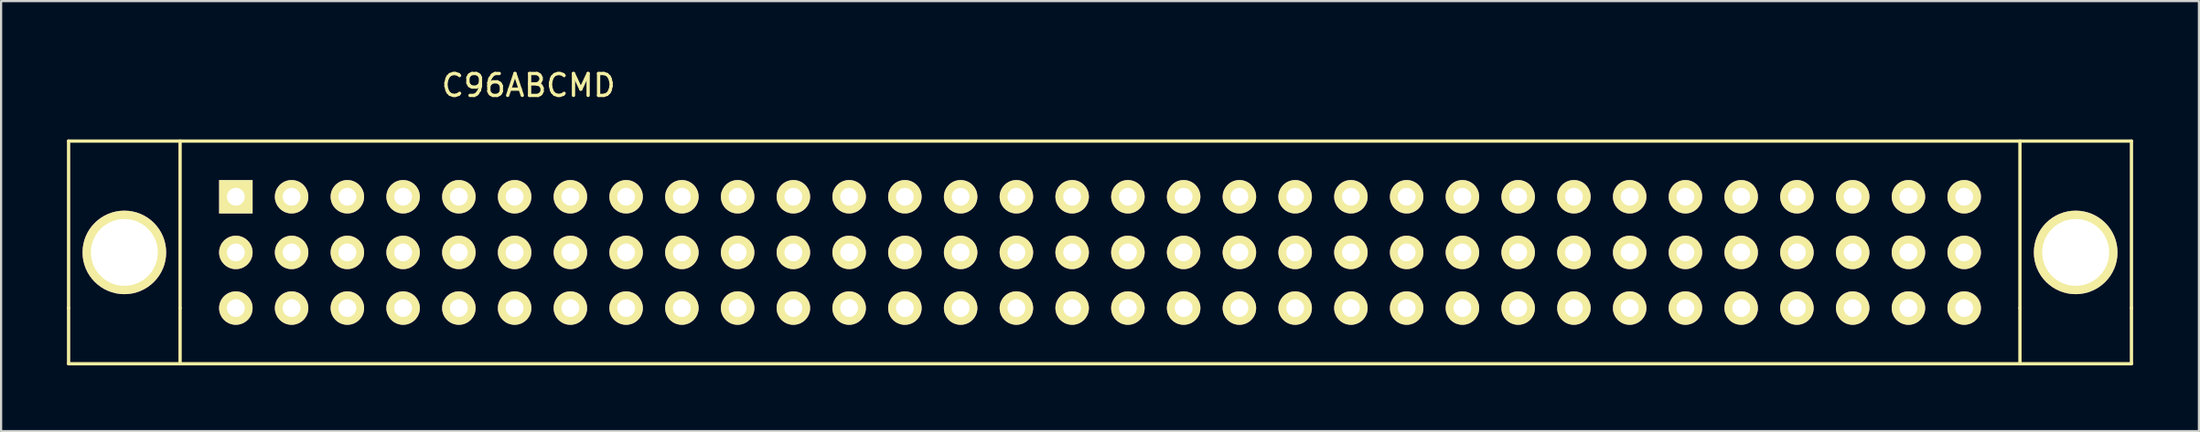
<source format=kicad_pcb>
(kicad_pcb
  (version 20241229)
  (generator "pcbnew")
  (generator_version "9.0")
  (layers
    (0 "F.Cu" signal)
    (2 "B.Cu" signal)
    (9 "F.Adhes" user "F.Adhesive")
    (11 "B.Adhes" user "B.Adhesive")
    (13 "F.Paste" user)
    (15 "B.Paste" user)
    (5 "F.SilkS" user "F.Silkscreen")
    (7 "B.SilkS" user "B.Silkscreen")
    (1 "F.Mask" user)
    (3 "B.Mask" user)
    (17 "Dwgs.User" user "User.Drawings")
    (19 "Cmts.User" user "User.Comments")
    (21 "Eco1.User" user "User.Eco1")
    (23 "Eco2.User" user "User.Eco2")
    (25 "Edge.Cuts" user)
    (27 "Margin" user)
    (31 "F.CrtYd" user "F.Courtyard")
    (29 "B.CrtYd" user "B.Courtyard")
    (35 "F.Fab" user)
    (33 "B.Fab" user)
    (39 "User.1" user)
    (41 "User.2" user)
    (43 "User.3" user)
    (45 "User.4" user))
  (footprint "C96ABCMD"
    (layer "F.Cu")
    (at 47.065 8.468)
    (property "Reference" "C96ABCMD" (at -26.035 -7.62 0) (layer "F.SilkS") (effects (font (size 1 1) (thickness 0.15))))
    (attr through_hole)
    (fp_line (start -46.99 -5.08) (end 46.99 -5.08) (stroke (width 0.15) (type solid)) (layer "F.SilkS"))
    (fp_line (start -46.99 2.54) (end -46.99 -5.08) (stroke (width 0.15) (type solid)) (layer "F.SilkS"))
    (fp_line (start -46.99 2.54) (end -46.99 5.08) (stroke (width 0.15) (type solid)) (layer "F.SilkS"))
    (fp_line (start -46.99 5.08) (end 46.99 5.08) (stroke (width 0.15) (type solid)) (layer "F.SilkS"))
    (fp_line (start -41.91 2.54) (end -41.91 -5.08) (stroke (width 0.15) (type solid)) (layer "F.SilkS"))
    (fp_line (start -41.91 2.54) (end -41.91 5.08) (stroke (width 0.15) (type solid)) (layer "F.SilkS"))
    (fp_line (start 41.91 2.54) (end 41.91 -5.08) (stroke (width 0.15) (type solid)) (layer "F.SilkS"))
    (fp_line (start 41.91 5.08) (end 41.91 2.54) (stroke (width 0.15) (type solid)) (layer "F.SilkS"))
    (fp_line (start 46.99 -5.08) (end 46.99 2.54) (stroke (width 0.15) (type solid)) (layer "F.SilkS"))
    (fp_line (start 46.99 5.08) (end 46.99 2.54) (stroke (width 0.15) (type solid)) (layer "F.SilkS"))
    (pad "65" thru_hole circle (at -44.45 0) (size 3.81 3.81) (drill 3.048) (layers "*.Cu" "*.Mask" "F.SilkS"))
    (pad "66" thru_hole circle (at 44.45 0) (size 3.81 3.81) (drill 3.048) (layers "*.Cu" "*.Mask" "F.SilkS"))
    (pad "A1" thru_hole rect (at -39.37 -2.54) (size 1.524 1.524) (drill 0.813) (layers "*.Cu" "*.Mask" "F.SilkS"))
    (pad "A2" thru_hole circle (at -36.83 -2.54) (size 1.524 1.524) (drill 0.813) (layers "*.Cu" "*.Mask" "F.SilkS"))
    (pad "A3" thru_hole circle (at -34.29 -2.54) (size 1.524 1.524) (drill 0.813) (layers "*.Cu" "*.Mask" "F.SilkS"))
    (pad "A4" thru_hole circle (at -31.75 -2.54) (size 1.524 1.524) (drill 0.813) (layers "*.Cu" "*.Mask" "F.SilkS"))
    (pad "A5" thru_hole circle (at -29.21 -2.54) (size 1.524 1.524) (drill 0.813) (layers "*.Cu" "*.Mask" "F.SilkS"))
    (pad "A6" thru_hole circle (at -26.67 -2.54) (size 1.524 1.524) (drill 0.813) (layers "*.Cu" "*.Mask" "F.SilkS"))
    (pad "A7" thru_hole circle (at -24.13 -2.54) (size 1.524 1.524) (drill 0.813) (layers "*.Cu" "*.Mask" "F.SilkS"))
    (pad "A8" thru_hole circle (at -21.59 -2.54) (size 1.524 1.524) (drill 0.813) (layers "*.Cu" "*.Mask" "F.SilkS"))
    (pad "A9" thru_hole circle (at -19.05 -2.54) (size 1.524 1.524) (drill 0.813) (layers "*.Cu" "*.Mask" "F.SilkS"))
    (pad "A10" thru_hole circle (at -16.51 -2.54) (size 1.524 1.524) (drill 0.813) (layers "*.Cu" "*.Mask" "F.SilkS"))
    (pad "A11" thru_hole circle (at -13.97 -2.54) (size 1.524 1.524) (drill 0.813) (layers "*.Cu" "*.Mask" "F.SilkS"))
    (pad "A12" thru_hole circle (at -11.43 -2.54) (size 1.524 1.524) (drill 0.813) (layers "*.Cu" "*.Mask" "F.SilkS"))
    (pad "A13" thru_hole circle (at -8.89 -2.54) (size 1.524 1.524) (drill 0.813) (layers "*.Cu" "*.Mask" "F.SilkS"))
    (pad "A14" thru_hole circle (at -6.35 -2.54) (size 1.524 1.524) (drill 0.813) (layers "*.Cu" "*.Mask" "F.SilkS"))
    (pad "A15" thru_hole circle (at -3.81 -2.54) (size 1.524 1.524) (drill 0.813) (layers "*.Cu" "*.Mask" "F.SilkS"))
    (pad "A16" thru_hole circle (at -1.27 -2.54) (size 1.524 1.524) (drill 0.813) (layers "*.Cu" "*.Mask" "F.SilkS"))
    (pad "A17" thru_hole circle (at 1.27 -2.54) (size 1.524 1.524) (drill 0.813) (layers "*.Cu" "*.Mask" "F.SilkS"))
    (pad "A18" thru_hole circle (at 3.81 -2.54) (size 1.524 1.524) (drill 0.813) (layers "*.Cu" "*.Mask" "F.SilkS"))
    (pad "A19" thru_hole circle (at 6.35 -2.54) (size 1.524 1.524) (drill 0.813) (layers "*.Cu" "*.Mask" "F.SilkS"))
    (pad "A20" thru_hole circle (at 8.89 -2.54) (size 1.524 1.524) (drill 0.813) (layers "*.Cu" "*.Mask" "F.SilkS"))
    (pad "A21" thru_hole circle (at 11.43 -2.54) (size 1.524 1.524) (drill 0.813) (layers "*.Cu" "*.Mask" "F.SilkS"))
    (pad "A22" thru_hole circle (at 13.97 -2.54) (size 1.524 1.524) (drill 0.813) (layers "*.Cu" "*.Mask" "F.SilkS"))
    (pad "A23" thru_hole circle (at 16.51 -2.54) (size 1.524 1.524) (drill 0.813) (layers "*.Cu" "*.Mask" "F.SilkS"))
    (pad "A24" thru_hole circle (at 19.05 -2.54) (size 1.524 1.524) (drill 0.813) (layers "*.Cu" "*.Mask" "F.SilkS"))
    (pad "A25" thru_hole circle (at 21.59 -2.54) (size 1.524 1.524) (drill 0.813) (layers "*.Cu" "*.Mask" "F.SilkS"))
    (pad "A26" thru_hole circle (at 24.13 -2.54) (size 1.524 1.524) (drill 0.813) (layers "*.Cu" "*.Mask" "F.SilkS"))
    (pad "A27" thru_hole circle (at 26.67 -2.54) (size 1.524 1.524) (drill 0.813) (layers "*.Cu" "*.Mask" "F.SilkS"))
    (pad "A28" thru_hole circle (at 29.21 -2.54) (size 1.524 1.524) (drill 0.813) (layers "*.Cu" "*.Mask" "F.SilkS"))
    (pad "A29" thru_hole circle (at 31.75 -2.54) (size 1.524 1.524) (drill 0.813) (layers "*.Cu" "*.Mask" "F.SilkS"))
    (pad "A30" thru_hole circle (at 34.29 -2.54) (size 1.524 1.524) (drill 0.813) (layers "*.Cu" "*.Mask" "F.SilkS"))
    (pad "A31" thru_hole circle (at 36.83 -2.54) (size 1.524 1.524) (drill 0.813) (layers "*.Cu" "*.Mask" "F.SilkS"))
    (pad "A32" thru_hole circle (at 39.37 -2.54) (size 1.524 1.524) (drill 0.813) (layers "*.Cu" "*.Mask" "F.SilkS"))
    (pad "B1" thru_hole circle (at -39.37 0) (size 1.524 1.524) (drill 0.813) (layers "*.Cu" "*.Mask" "F.SilkS"))
    (pad "B2" thru_hole circle (at -36.83 0) (size 1.524 1.524) (drill 0.813) (layers "*.Cu" "*.Mask" "F.SilkS"))
    (pad "B3" thru_hole circle (at -34.29 0) (size 1.524 1.524) (drill 0.813) (layers "*.Cu" "*.Mask" "F.SilkS"))
    (pad "B4" thru_hole circle (at -31.75 0) (size 1.524 1.524) (drill 0.813) (layers "*.Cu" "*.Mask" "F.SilkS"))
    (pad "B5" thru_hole circle (at -29.21 0) (size 1.524 1.524) (drill 0.813) (layers "*.Cu" "*.Mask" "F.SilkS"))
    (pad "B6" thru_hole circle (at -26.67 0) (size 1.524 1.524) (drill 0.813) (layers "*.Cu" "*.Mask" "F.SilkS"))
    (pad "B7" thru_hole circle (at -24.13 0) (size 1.524 1.524) (drill 0.813) (layers "*.Cu" "*.Mask" "F.SilkS"))
    (pad "B8" thru_hole circle (at -21.59 0) (size 1.524 1.524) (drill 0.813) (layers "*.Cu" "*.Mask" "F.SilkS"))
    (pad "B9" thru_hole circle (at -19.05 0) (size 1.524 1.524) (drill 0.813) (layers "*.Cu" "*.Mask" "F.SilkS"))
    (pad "B10" thru_hole circle (at -16.51 0) (size 1.524 1.524) (drill 0.813) (layers "*.Cu" "*.Mask" "F.SilkS"))
    (pad "B11" thru_hole circle (at -13.97 0) (size 1.524 1.524) (drill 0.813) (layers "*.Cu" "*.Mask" "F.SilkS"))
    (pad "B12" thru_hole circle (at -11.43 0) (size 1.524 1.524) (drill 0.813) (layers "*.Cu" "*.Mask" "F.SilkS"))
    (pad "B13" thru_hole circle (at -8.89 0) (size 1.524 1.524) (drill 0.813) (layers "*.Cu" "*.Mask" "F.SilkS"))
    (pad "B14" thru_hole circle (at -6.35 0) (size 1.524 1.524) (drill 0.813) (layers "*.Cu" "*.Mask" "F.SilkS"))
    (pad "B15" thru_hole circle (at -3.81 0) (size 1.524 1.524) (drill 0.813) (layers "*.Cu" "*.Mask" "F.SilkS"))
    (pad "B16" thru_hole circle (at -1.27 0) (size 1.524 1.524) (drill 0.813) (layers "*.Cu" "*.Mask" "F.SilkS"))
    (pad "B17" thru_hole circle (at 1.27 0) (size 1.524 1.524) (drill 0.813) (layers "*.Cu" "*.Mask" "F.SilkS"))
    (pad "B18" thru_hole circle (at 3.81 0) (size 1.524 1.524) (drill 0.813) (layers "*.Cu" "*.Mask" "F.SilkS"))
    (pad "B19" thru_hole circle (at 6.35 0) (size 1.524 1.524) (drill 0.813) (layers "*.Cu" "*.Mask" "F.SilkS"))
    (pad "B20" thru_hole circle (at 8.89 0) (size 1.524 1.524) (drill 0.813) (layers "*.Cu" "*.Mask" "F.SilkS"))
    (pad "B21" thru_hole circle (at 11.43 0) (size 1.524 1.524) (drill 0.813) (layers "*.Cu" "*.Mask" "F.SilkS"))
    (pad "B22" thru_hole circle (at 13.97 0) (size 1.524 1.524) (drill 0.813) (layers "*.Cu" "*.Mask" "F.SilkS"))
    (pad "B23" thru_hole circle (at 16.51 0) (size 1.524 1.524) (drill 0.813) (layers "*.Cu" "*.Mask" "F.SilkS"))
    (pad "B24" thru_hole circle (at 19.05 0) (size 1.524 1.524) (drill 0.813) (layers "*.Cu" "*.Mask" "F.SilkS"))
    (pad "B25" thru_hole circle (at 21.59 0) (size 1.524 1.524) (drill 0.813) (layers "*.Cu" "*.Mask" "F.SilkS"))
    (pad "B26" thru_hole circle (at 24.13 0) (size 1.524 1.524) (drill 0.813) (layers "*.Cu" "*.Mask" "F.SilkS"))
    (pad "B27" thru_hole circle (at 26.67 0) (size 1.524 1.524) (drill 0.813) (layers "*.Cu" "*.Mask" "F.SilkS"))
    (pad "B28" thru_hole circle (at 29.21 0) (size 1.524 1.524) (drill 0.813) (layers "*.Cu" "*.Mask" "F.SilkS"))
    (pad "B29" thru_hole circle (at 31.75 0) (size 1.524 1.524) (drill 0.813) (layers "*.Cu" "*.Mask" "F.SilkS"))
    (pad "B30" thru_hole circle (at 34.29 0) (size 1.524 1.524) (drill 0.813) (layers "*.Cu" "*.Mask" "F.SilkS"))
    (pad "B31" thru_hole circle (at 36.83 0) (size 1.524 1.524) (drill 0.813) (layers "*.Cu" "*.Mask" "F.SilkS"))
    (pad "B32" thru_hole circle (at 39.37 0) (size 1.524 1.524) (drill 0.813) (layers "*.Cu" "*.Mask" "F.SilkS"))
    (pad "C1" thru_hole circle (at -39.37 2.54) (size 1.524 1.524) (drill 0.813) (layers "*.Cu" "*.Mask" "F.SilkS"))
    (pad "C2" thru_hole circle (at -36.83 2.54) (size 1.524 1.524) (drill 0.813) (layers "*.Cu" "*.Mask" "F.SilkS"))
    (pad "C3" thru_hole circle (at -34.29 2.54) (size 1.524 1.524) (drill 0.813) (layers "*.Cu" "*.Mask" "F.SilkS"))
    (pad "C4" thru_hole circle (at -31.75 2.54) (size 1.524 1.524) (drill 0.813) (layers "*.Cu" "*.Mask" "F.SilkS"))
    (pad "C5" thru_hole circle (at -29.21 2.54) (size 1.524 1.524) (drill 0.813) (layers "*.Cu" "*.Mask" "F.SilkS"))
    (pad "C6" thru_hole circle (at -26.67 2.54) (size 1.524 1.524) (drill 0.813) (layers "*.Cu" "*.Mask" "F.SilkS"))
    (pad "C7" thru_hole circle (at -24.13 2.54) (size 1.524 1.524) (drill 0.813) (layers "*.Cu" "*.Mask" "F.SilkS"))
    (pad "C8" thru_hole circle (at -21.59 2.54) (size 1.524 1.524) (drill 0.813) (layers "*.Cu" "*.Mask" "F.SilkS"))
    (pad "C9" thru_hole circle (at -19.05 2.54) (size 1.524 1.524) (drill 0.813) (layers "*.Cu" "*.Mask" "F.SilkS"))
    (pad "C10" thru_hole circle (at -16.51 2.54) (size 1.524 1.524) (drill 0.813) (layers "*.Cu" "*.Mask" "F.SilkS"))
    (pad "C11" thru_hole circle (at -13.97 2.54) (size 1.524 1.524) (drill 0.813) (layers "*.Cu" "*.Mask" "F.SilkS"))
    (pad "C12" thru_hole circle (at -11.43 2.54) (size 1.524 1.524) (drill 0.813) (layers "*.Cu" "*.Mask" "F.SilkS"))
    (pad "C13" thru_hole circle (at -8.89 2.54) (size 1.524 1.524) (drill 0.813) (layers "*.Cu" "*.Mask" "F.SilkS"))
    (pad "C14" thru_hole circle (at -6.35 2.54) (size 1.524 1.524) (drill 0.813) (layers "*.Cu" "*.Mask" "F.SilkS"))
    (pad "C15" thru_hole circle (at -3.81 2.54) (size 1.524 1.524) (drill 0.813) (layers "*.Cu" "*.Mask" "F.SilkS"))
    (pad "C16" thru_hole circle (at -1.27 2.54) (size 1.524 1.524) (drill 0.813) (layers "*.Cu" "*.Mask" "F.SilkS"))
    (pad "C17" thru_hole circle (at 1.27 2.54) (size 1.524 1.524) (drill 0.813) (layers "*.Cu" "*.Mask" "F.SilkS"))
    (pad "C18" thru_hole circle (at 3.81 2.54) (size 1.524 1.524) (drill 0.813) (layers "*.Cu" "*.Mask" "F.SilkS"))
    (pad "C19" thru_hole circle (at 6.35 2.54) (size 1.524 1.524) (drill 0.813) (layers "*.Cu" "*.Mask" "F.SilkS"))
    (pad "C20" thru_hole circle (at 8.89 2.54) (size 1.524 1.524) (drill 0.813) (layers "*.Cu" "*.Mask" "F.SilkS"))
    (pad "C21" thru_hole circle (at 11.43 2.54) (size 1.524 1.524) (drill 0.813) (layers "*.Cu" "*.Mask" "F.SilkS"))
    (pad "C22" thru_hole circle (at 13.97 2.54) (size 1.524 1.524) (drill 0.813) (layers "*.Cu" "*.Mask" "F.SilkS"))
    (pad "C23" thru_hole circle (at 16.51 2.54) (size 1.524 1.524) (drill 0.813) (layers "*.Cu" "*.Mask" "F.SilkS"))
    (pad "C24" thru_hole circle (at 19.05 2.54) (size 1.524 1.524) (drill 0.813) (layers "*.Cu" "*.Mask" "F.SilkS"))
    (pad "C25" thru_hole circle (at 21.59 2.54) (size 1.524 1.524) (drill 0.813) (layers "*.Cu" "*.Mask" "F.SilkS"))
    (pad "C26" thru_hole circle (at 24.13 2.54) (size 1.524 1.524) (drill 0.813) (layers "*.Cu" "*.Mask" "F.SilkS"))
    (pad "C27" thru_hole circle (at 26.67 2.54) (size 1.524 1.524) (drill 0.813) (layers "*.Cu" "*.Mask" "F.SilkS"))
    (pad "C28" thru_hole circle (at 29.21 2.54) (size 1.524 1.524) (drill 0.813) (layers "*.Cu" "*.Mask" "F.SilkS"))
    (pad "C29" thru_hole circle (at 31.75 2.54) (size 1.524 1.524) (drill 0.813) (layers "*.Cu" "*.Mask" "F.SilkS"))
    (pad "C30" thru_hole circle (at 34.29 2.54) (size 1.524 1.524) (drill 0.813) (layers "*.Cu" "*.Mask" "F.SilkS"))
    (pad "C31" thru_hole circle (at 36.83 2.54) (size 1.524 1.524) (drill 0.813) (layers "*.Cu" "*.Mask" "F.SilkS"))
    (pad "C32" thru_hole circle (at 39.37 2.54) (size 1.524 1.524) (drill 0.813) (layers "*.Cu" "*.Mask" "F.SilkS")))
  (gr_rect
    (start -3 -3)
    (end 97.13 16.623)
    (stroke (width 0.1) (type default))
    (fill no)
    (layer "Edge.Cuts")))
</source>
